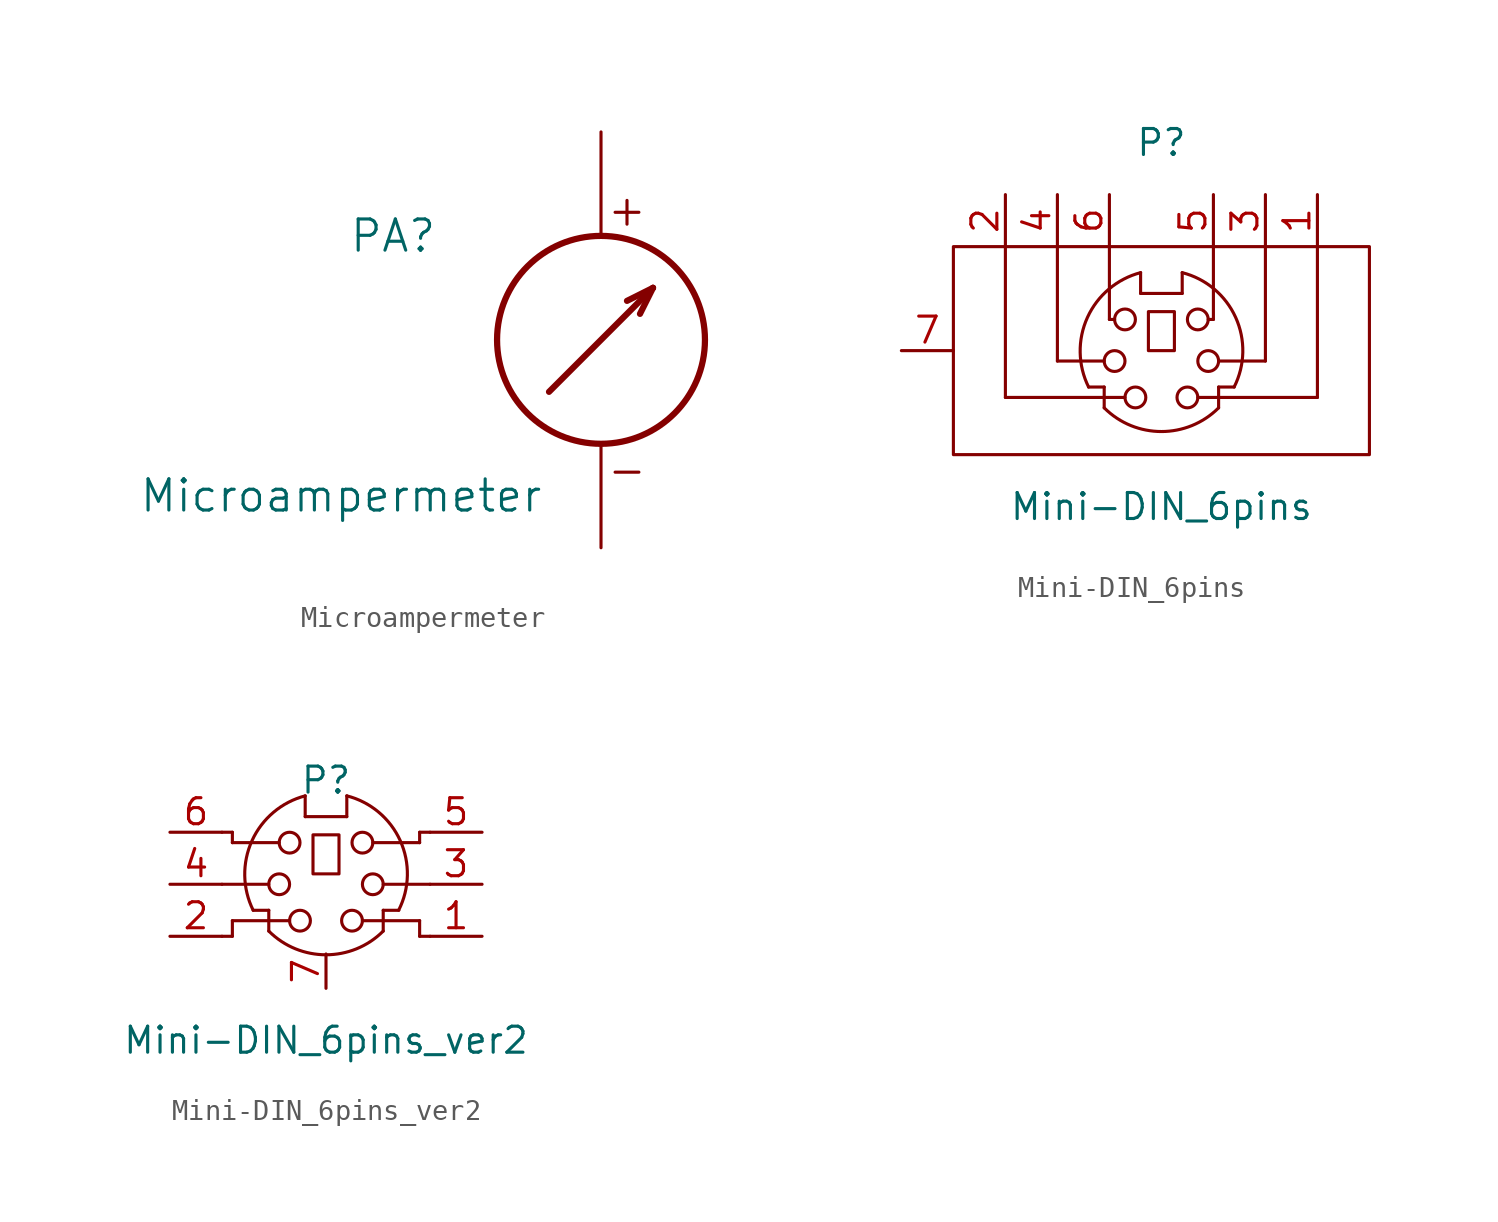
<source format=kicad_sym>
(kicad_symbol_lib
  (version 20220914)
  (generator kicad_symbol_editor)
  (symbol "Microampermeter"
    (pin_numbers hide)
    (pin_names
      (offset 0) hide)
    (property "Reference" "PA"
      (at -10.16 5.08 0)
      (effects (font (size 1.524 1.524))))
    (property "Value" "Microampermeter"
      (at -12.7 -7.62 0)
      (effects (font (size 1.524 1.524))))
    (property "Footprint" ""
      (at 0 0 0)
      (effects (font (size 1.524 1.524))))
    (property "Datasheet" ""
      (at 0 0 0)
      (effects (font (size 1.524 1.524))))
    (symbol "Microampermeter_0_0"
      (text "+" (at 1.27 6.35 0) (effects (font (size 1.524 1.524))))
      (text "-" (at 1.27 -6.35 0) (effects (font (size 1.524 1.524)))))
    (symbol "Microampermeter_0_1"
      (polyline (pts (xy -2.54 -2.54) (xy 2.54 2.54)) (stroke (width 0.305) (type solid)) (fill (type none)))
      (polyline (pts (xy 2.54 2.54) (xy 1.27 1.905)) (stroke (width 0.305) (type solid)) (fill (type none)))
      (polyline (pts (xy 2.54 2.54) (xy 1.905 1.27)) (stroke (width 0.305) (type solid)) (fill (type none)))
      (circle (center 0 0) (radius 5.08) (stroke (width 0.305) (type solid)) (fill (type none))))
    (symbol "Microampermeter_1_1"
      (pin input line (at 0 10.16 270) (length 5.08) (name "+" (effects (font (size 1.27 1.27)))) (number "1" (effects (font (size 1.27 1.27)))))
      (pin input line (at 0 -10.16 90) (length 5.08) (name "-" (effects (font (size 1.27 1.27)))) (number "2" (effects (font (size 1.27 1.27)))))))
  (symbol "Mini-DIN_6pins"
    (pin_names
      (offset 1.016) hide)
    (property "Reference" "P"
      (at 0 10.16 0)
      (effects (font (size 1.27 1.27))))
    (property "Value" "Mini-DIN_6pins"
      (at 0 -7.62 0)
      (effects (font (size 1.27 1.27))))
    (property "Footprint" ""
      (at 0 0 0)
      (effects (font (size 1.27 1.27))))
    (property "Datasheet" ""
      (at 0 0 0)
      (effects (font (size 1.27 1.27))))
    (symbol "Mini-DIN_6pins_0_1"
      (rectangle (start -10.16 5.08) (end 10.16 -5.08) (stroke (width 0) (type solid)) (fill (type none)))
      (arc (start -2.794 -2.794) (mid 0 -3.9513) (end 2.794 -2.794) (stroke (width 0) (type solid)) (fill (type none)))
      (circle (center -2.286 -0.508) (radius 0.508) (stroke (width 0) (type solid)) (fill (type none)))
      (circle (center -1.778 1.524) (radius 0.508) (stroke (width 0) (type solid)) (fill (type none)))
      (circle (center -1.27 -2.286) (radius 0.508) (stroke (width 0) (type solid)) (fill (type none)))
      (arc (start -1.016 3.81) (mid -3.6119 1.623) (end -3.556 -1.778) (stroke (width 0) (type solid)) (fill (type none)))
      (rectangle (start -0.635 1.905) (end 0.635 0) (stroke (width 0) (type solid)) (fill (type none)))
      (polyline (pts (xy -7.62 -2.286) (xy -7.62 5.08)) (stroke (width 0) (type solid)) (fill (type none)))
      (polyline (pts (xy -5.08 -0.508) (xy -5.08 5.08)) (stroke (width 0) (type solid)) (fill (type none)))
      (polyline (pts (xy -2.794 -1.778) (xy -3.556 -1.778)) (stroke (width 0) (type solid)) (fill (type none)))
      (polyline (pts (xy -2.794 -1.778) (xy -2.794 -2.794)) (stroke (width 0) (type solid)) (fill (type none)))
      (polyline (pts (xy -2.794 -0.508) (xy -5.08 -0.508)) (stroke (width 0) (type solid)) (fill (type none)))
      (polyline (pts (xy -2.54 1.524) (xy -2.54 5.08)) (stroke (width 0) (type solid)) (fill (type none)))
      (polyline (pts (xy -2.54 1.524) (xy -2.286 1.524)) (stroke (width 0) (type solid)) (fill (type none)))
      (polyline (pts (xy -1.778 -2.286) (xy -7.62 -2.286)) (stroke (width 0) (type solid)) (fill (type none)))
      (polyline (pts (xy -1.016 2.794) (xy -1.016 3.81)) (stroke (width 0) (type solid)) (fill (type none)))
      (polyline (pts (xy -1.016 2.794) (xy 1.016 2.794)) (stroke (width 0) (type solid)) (fill (type none)))
      (polyline (pts (xy 1.016 2.794) (xy 1.016 3.81)) (stroke (width 0) (type solid)) (fill (type none)))
      (polyline (pts (xy 1.778 -2.286) (xy 7.62 -2.286)) (stroke (width 0) (type solid)) (fill (type none)))
      (polyline (pts (xy 2.286 1.524) (xy 2.54 1.524)) (stroke (width 0) (type solid)) (fill (type none)))
      (polyline (pts (xy 2.54 1.524) (xy 2.54 5.08)) (stroke (width 0) (type solid)) (fill (type none)))
      (polyline (pts (xy 2.794 -1.778) (xy 2.794 -2.794)) (stroke (width 0) (type solid)) (fill (type none)))
      (polyline (pts (xy 2.794 -1.778) (xy 3.556 -1.778)) (stroke (width 0) (type solid)) (fill (type none)))
      (polyline (pts (xy 2.794 -0.508) (xy 5.08 -0.508)) (stroke (width 0) (type solid)) (fill (type none)))
      (polyline (pts (xy 5.08 5.08) (xy 5.08 -0.508)) (stroke (width 0) (type solid)) (fill (type none)))
      (polyline (pts (xy 7.62 -2.286) (xy 7.62 5.08)) (stroke (width 0) (type solid)) (fill (type none)))
      (circle (center 1.27 -2.286) (radius 0.508) (stroke (width 0) (type solid)) (fill (type none)))
      (circle (center 1.778 1.524) (radius 0.508) (stroke (width 0) (type solid)) (fill (type none)))
      (circle (center 2.286 -0.508) (radius 0.508) (stroke (width 0) (type solid)) (fill (type none)))
      (arc (start 3.556 -1.778) (mid 3.6268 1.6297) (end 1.016 3.81) (stroke (width 0) (type solid)) (fill (type none))))
    (symbol "Mini-DIN_6pins_1_1"
      (pin passive line (at 7.62 7.62 270) (length 2.54) (name "1" (effects (font (size 1.27 1.27)))) (number "1" (effects (font (size 1.27 1.27)))))
      (pin passive line (at -7.62 7.62 270) (length 2.54) (name "2" (effects (font (size 1.27 1.27)))) (number "2" (effects (font (size 1.27 1.27)))))
      (pin passive line (at 5.08 7.62 270) (length 2.54) (name "3" (effects (font (size 1.27 1.27)))) (number "3" (effects (font (size 1.27 1.27)))))
      (pin passive line (at -5.08 7.62 270) (length 2.54) (name "4" (effects (font (size 1.27 1.27)))) (number "4" (effects (font (size 1.27 1.27)))))
      (pin passive line (at 2.54 7.62 270) (length 2.54) (name "5" (effects (font (size 1.27 1.27)))) (number "5" (effects (font (size 1.27 1.27)))))
      (pin passive line (at -2.54 7.62 270) (length 2.54) (name "~" (effects (font (size 1.27 1.27)))) (number "6" (effects (font (size 1.27 1.27)))))
      (pin passive line (at -12.7 0 0) (length 2.54) (name "Shell" (effects (font (size 1.27 1.27)))) (number "7" (effects (font (size 1.27 1.27)))))))
  (symbol "Mini-DIN_6pins_ver2"
    (pin_names
      (offset 1.016) hide)
    (property "Reference" "P"
      (at 0 5.08 0)
      (effects (font (size 1.27 1.27))))
    (property "Value" "Mini-DIN_6pins_ver2"
      (at 0 -7.62 0)
      (effects (font (size 1.27 1.27))))
    (property "Footprint" ""
      (at 0 0.508 0)
      (effects (font (size 1.27 1.27))))
    (property "Datasheet" ""
      (at 0 0.508 0)
      (effects (font (size 1.27 1.27))))
    (symbol "Mini-DIN_6pins_ver2_0_1"
      (arc (start -2.794 -2.286) (mid 0 -3.4433) (end 2.794 -2.286) (stroke (width 0) (type solid)) (fill (type none)))
      (circle (center -2.286 0) (radius 0.508) (stroke (width 0) (type solid)) (fill (type none)))
      (circle (center -1.778 2.032) (radius 0.508) (stroke (width 0) (type solid)) (fill (type none)))
      (circle (center -1.27 -1.778) (radius 0.508) (stroke (width 0) (type solid)) (fill (type none)))
      (arc (start -1.016 4.318) (mid -3.6119 2.131) (end -3.556 -1.27) (stroke (width 0) (type solid)) (fill (type none)))
      (rectangle (start -0.635 2.413) (end 0.635 0.508) (stroke (width 0) (type solid)) (fill (type none)))
      (polyline (pts (xy -4.572 -2.54) (xy -5.08 -2.54)) (stroke (width 0) (type solid)) (fill (type none)))
      (polyline (pts (xy -4.572 -1.778) (xy -4.572 -2.54)) (stroke (width 0) (type solid)) (fill (type none)))
      (polyline (pts (xy -4.572 2.032) (xy -4.572 2.54)) (stroke (width 0) (type solid)) (fill (type none)))
      (polyline (pts (xy -4.572 2.54) (xy -5.08 2.54)) (stroke (width 0) (type solid)) (fill (type none)))
      (polyline (pts (xy -2.794 -1.27) (xy -3.556 -1.27)) (stroke (width 0) (type solid)) (fill (type none)))
      (polyline (pts (xy -2.794 -1.27) (xy -2.794 -2.286)) (stroke (width 0) (type solid)) (fill (type none)))
      (polyline (pts (xy -2.794 0) (xy -5.08 0)) (stroke (width 0) (type solid)) (fill (type none)))
      (polyline (pts (xy -2.286 2.032) (xy -4.572 2.032)) (stroke (width 0) (type solid)) (fill (type none)))
      (polyline (pts (xy -1.778 -1.778) (xy -4.572 -1.778)) (stroke (width 0) (type solid)) (fill (type none)))
      (polyline (pts (xy -1.016 3.302) (xy -1.016 4.318)) (stroke (width 0) (type solid)) (fill (type none)))
      (polyline (pts (xy -1.016 3.302) (xy 1.016 3.302)) (stroke (width 0) (type solid)) (fill (type none)))
      (polyline (pts (xy 1.016 3.302) (xy 1.016 4.318)) (stroke (width 0) (type solid)) (fill (type none)))
      (polyline (pts (xy 1.778 -1.778) (xy 4.572 -1.778)) (stroke (width 0) (type solid)) (fill (type none)))
      (polyline (pts (xy 2.286 2.032) (xy 4.572 2.032)) (stroke (width 0) (type solid)) (fill (type none)))
      (polyline (pts (xy 2.794 -1.27) (xy 2.794 -2.286)) (stroke (width 0) (type solid)) (fill (type none)))
      (polyline (pts (xy 2.794 -1.27) (xy 3.556 -1.27)) (stroke (width 0) (type solid)) (fill (type none)))
      (polyline (pts (xy 2.794 0) (xy 5.08 0)) (stroke (width 0) (type solid)) (fill (type none)))
      (polyline (pts (xy 4.572 -2.54) (xy 5.08 -2.54)) (stroke (width 0) (type solid)) (fill (type none)))
      (polyline (pts (xy 4.572 -1.778) (xy 4.572 -2.54)) (stroke (width 0) (type solid)) (fill (type none)))
      (polyline (pts (xy 4.572 2.032) (xy 4.572 2.54)) (stroke (width 0) (type solid)) (fill (type none)))
      (polyline (pts (xy 4.572 2.54) (xy 5.08 2.54)) (stroke (width 0) (type solid)) (fill (type none)))
      (circle (center 1.27 -1.778) (radius 0.508) (stroke (width 0) (type solid)) (fill (type none)))
      (circle (center 1.778 2.032) (radius 0.508) (stroke (width 0) (type solid)) (fill (type none)))
      (circle (center 2.286 0) (radius 0.508) (stroke (width 0) (type solid)) (fill (type none)))
      (arc (start 3.556 -1.27) (mid 3.6268 2.1377) (end 1.016 4.318) (stroke (width 0) (type solid)) (fill (type none))))
    (symbol "Mini-DIN_6pins_ver2_1_1"
      (pin passive line (at 7.62 -2.54 180) (length 2.54) (name "1" (effects (font (size 1.27 1.27)))) (number "1" (effects (font (size 1.27 1.27)))))
      (pin passive line (at -7.62 -2.54 0) (length 2.54) (name "2" (effects (font (size 1.27 1.27)))) (number "2" (effects (font (size 1.27 1.27)))))
      (pin passive line (at 7.62 0 180) (length 2.54) (name "3" (effects (font (size 1.27 1.27)))) (number "3" (effects (font (size 1.27 1.27)))))
      (pin passive line (at -7.62 0 0) (length 2.54) (name "4" (effects (font (size 1.27 1.27)))) (number "4" (effects (font (size 1.27 1.27)))))
      (pin passive line (at 7.62 2.54 180) (length 2.54) (name "5" (effects (font (size 1.27 1.27)))) (number "5" (effects (font (size 1.27 1.27)))))
      (pin passive line (at -7.62 2.54 0) (length 2.54) (name "~" (effects (font (size 1.27 1.27)))) (number "6" (effects (font (size 1.27 1.27)))))
      (pin passive line (at 0 -5.08 90) (length 1.676) (name "Shell" (effects (font (size 1.27 1.27)))) (number "7" (effects (font (size 1.27 1.27))))))))
</source>
